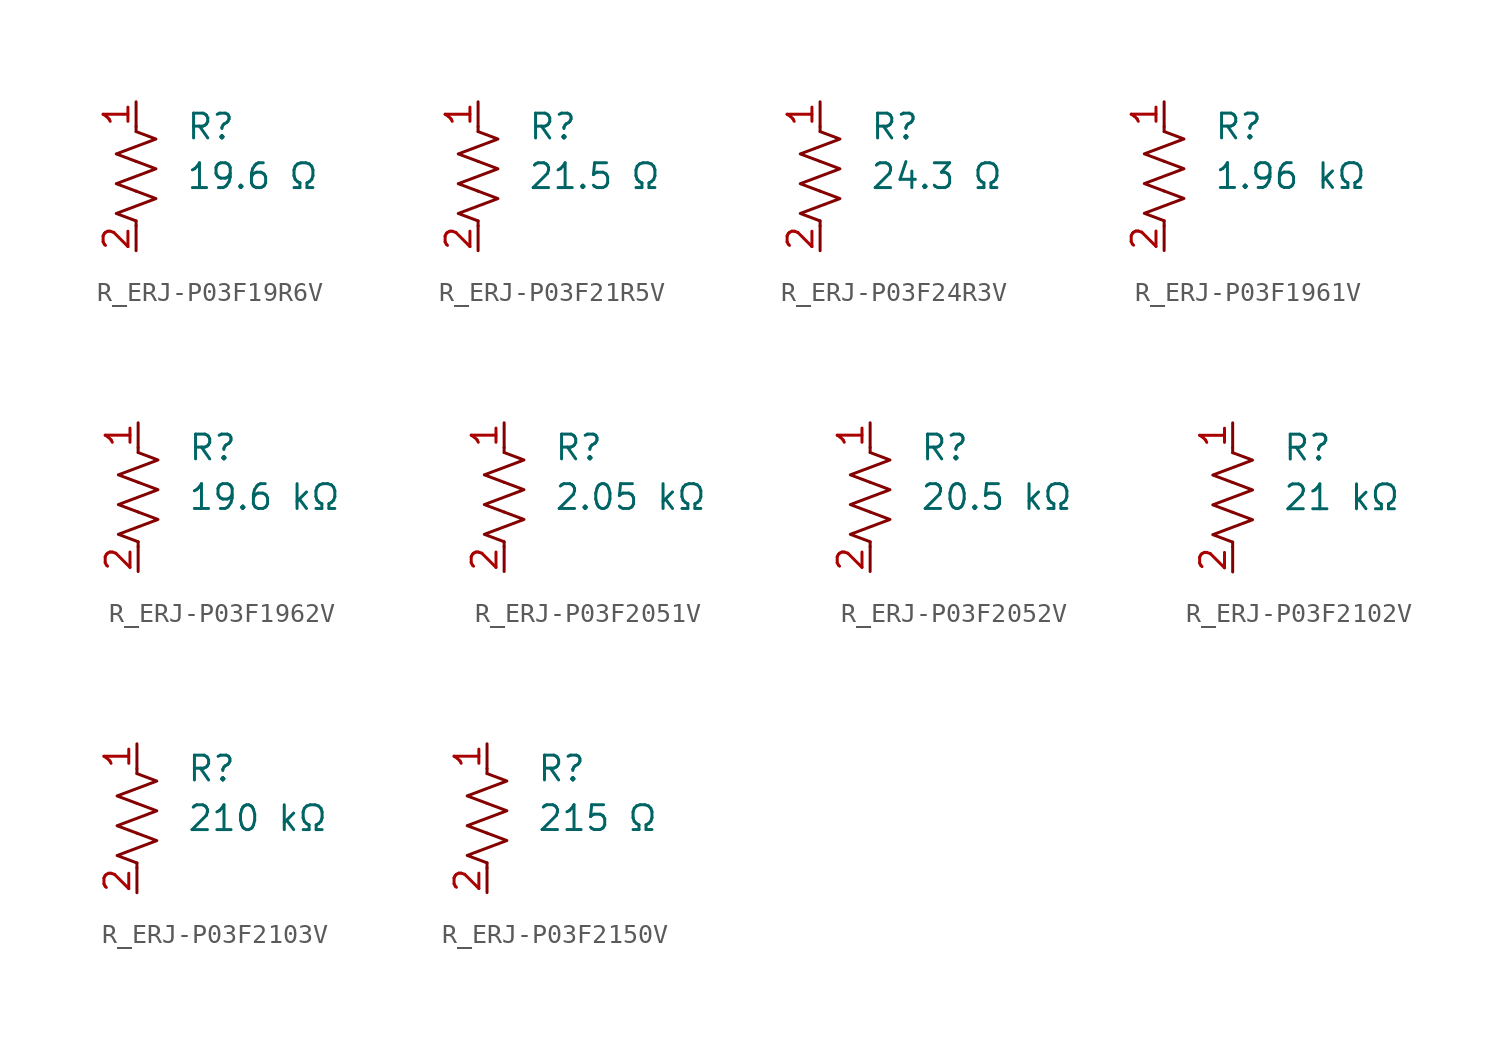
<source format=kicad_sym>
(kicad_symbol_lib
  (version 20231120)
  (generator "kicad_symbol_editor")
  (generator_version "8.0")
  (symbol "R_ERJ-P03F19R6V"
    (pin_names
      (offset 0.254))
    (property "Value" "19.6 Ω"
      (at 2.54 0 0)
      (effects (font (size 1.27 1.27)) (justify left)))
    (property "Reference" "R"
      (at 2.54 2.54 0)
      (effects (font (size 1.27 1.27)) (justify left)))
    (symbol "R_ERJ-P03F19R6V_0_1"
      (polyline (pts (xy 0 -2.286) (xy 0 -2.54)) (stroke (width 0) (type default)) (fill (type none)))
      (polyline (pts (xy 0 2.286) (xy 0 2.54)) (stroke (width 0) (type default)) (fill (type none)))
      (polyline (pts (xy 0 -0.762) (xy 1.016 -1.143) (xy 0 -1.524) (xy -1.016 -1.905) (xy 0 -2.286)) (stroke (width 0) (type default)) (fill (type none)))
      (polyline (pts (xy 0 0.762) (xy 1.016 0.381) (xy 0 0) (xy -1.016 -0.381) (xy 0 -0.762)) (stroke (width 0) (type default)) (fill (type none)))
      (polyline (pts (xy 0 2.286) (xy 1.016 1.905) (xy 0 1.524) (xy -1.016 1.143) (xy 0 0.762)) (stroke (width 0) (type default)) (fill (type none))))
    (symbol "R_ERJ-P03F19R6V_1_1"
      (pin passive line (at 0 3.81 270) (length 1.27) (name "~" (effects (font (size 1.27 1.27)))) (number "1" (effects (font (size 1.27 1.27)))))
      (pin passive line (at 0 -3.81 90) (length 1.27) (name "~" (effects (font (size 1.27 1.27)))) (number "2" (effects (font (size 1.27 1.27)))))))
  (symbol "R_ERJ-P03F21R5V"
    (pin_names
      (offset 0.254))
    (property "Value" "21.5 Ω"
      (at 2.54 0 0)
      (effects (font (size 1.27 1.27)) (justify left)))
    (property "Reference" "R"
      (at 2.54 2.54 0)
      (effects (font (size 1.27 1.27)) (justify left)))
    (symbol "R_ERJ-P03F21R5V_0_1"
      (polyline (pts (xy 0 -2.286) (xy 0 -2.54)) (stroke (width 0) (type default)) (fill (type none)))
      (polyline (pts (xy 0 2.286) (xy 0 2.54)) (stroke (width 0) (type default)) (fill (type none)))
      (polyline (pts (xy 0 -0.762) (xy 1.016 -1.143) (xy 0 -1.524) (xy -1.016 -1.905) (xy 0 -2.286)) (stroke (width 0) (type default)) (fill (type none)))
      (polyline (pts (xy 0 0.762) (xy 1.016 0.381) (xy 0 0) (xy -1.016 -0.381) (xy 0 -0.762)) (stroke (width 0) (type default)) (fill (type none)))
      (polyline (pts (xy 0 2.286) (xy 1.016 1.905) (xy 0 1.524) (xy -1.016 1.143) (xy 0 0.762)) (stroke (width 0) (type default)) (fill (type none))))
    (symbol "R_ERJ-P03F21R5V_1_1"
      (pin passive line (at 0 3.81 270) (length 1.27) (name "~" (effects (font (size 1.27 1.27)))) (number "1" (effects (font (size 1.27 1.27)))))
      (pin passive line (at 0 -3.81 90) (length 1.27) (name "~" (effects (font (size 1.27 1.27)))) (number "2" (effects (font (size 1.27 1.27)))))))
  (symbol "R_ERJ-P03F24R3V"
    (pin_names
      (offset 0.254))
    (property "Value" "24.3 Ω"
      (at 2.54 0 0)
      (effects (font (size 1.27 1.27)) (justify left)))
    (property "Reference" "R"
      (at 2.54 2.54 0)
      (effects (font (size 1.27 1.27)) (justify left)))
    (symbol "R_ERJ-P03F24R3V_0_1"
      (polyline (pts (xy 0 -2.286) (xy 0 -2.54)) (stroke (width 0) (type default)) (fill (type none)))
      (polyline (pts (xy 0 2.286) (xy 0 2.54)) (stroke (width 0) (type default)) (fill (type none)))
      (polyline (pts (xy 0 -0.762) (xy 1.016 -1.143) (xy 0 -1.524) (xy -1.016 -1.905) (xy 0 -2.286)) (stroke (width 0) (type default)) (fill (type none)))
      (polyline (pts (xy 0 0.762) (xy 1.016 0.381) (xy 0 0) (xy -1.016 -0.381) (xy 0 -0.762)) (stroke (width 0) (type default)) (fill (type none)))
      (polyline (pts (xy 0 2.286) (xy 1.016 1.905) (xy 0 1.524) (xy -1.016 1.143) (xy 0 0.762)) (stroke (width 0) (type default)) (fill (type none))))
    (symbol "R_ERJ-P03F24R3V_1_1"
      (pin passive line (at 0 3.81 270) (length 1.27) (name "~" (effects (font (size 1.27 1.27)))) (number "1" (effects (font (size 1.27 1.27)))))
      (pin passive line (at 0 -3.81 90) (length 1.27) (name "~" (effects (font (size 1.27 1.27)))) (number "2" (effects (font (size 1.27 1.27)))))))
  (symbol "R_ERJ-P03F1961V"
    (pin_names
      (offset 0.254))
    (property "Value" "1.96 kΩ"
      (at 2.54 0 0)
      (effects (font (size 1.27 1.27)) (justify left)))
    (property "Reference" "R"
      (at 2.54 2.54 0)
      (effects (font (size 1.27 1.27)) (justify left)))
    (symbol "R_ERJ-P03F1961V_0_1"
      (polyline (pts (xy 0 -2.286) (xy 0 -2.54)) (stroke (width 0) (type default)) (fill (type none)))
      (polyline (pts (xy 0 2.286) (xy 0 2.54)) (stroke (width 0) (type default)) (fill (type none)))
      (polyline (pts (xy 0 -0.762) (xy 1.016 -1.143) (xy 0 -1.524) (xy -1.016 -1.905) (xy 0 -2.286)) (stroke (width 0) (type default)) (fill (type none)))
      (polyline (pts (xy 0 0.762) (xy 1.016 0.381) (xy 0 0) (xy -1.016 -0.381) (xy 0 -0.762)) (stroke (width 0) (type default)) (fill (type none)))
      (polyline (pts (xy 0 2.286) (xy 1.016 1.905) (xy 0 1.524) (xy -1.016 1.143) (xy 0 0.762)) (stroke (width 0) (type default)) (fill (type none))))
    (symbol "R_ERJ-P03F1961V_1_1"
      (pin passive line (at 0 3.81 270) (length 1.27) (name "~" (effects (font (size 1.27 1.27)))) (number "1" (effects (font (size 1.27 1.27)))))
      (pin passive line (at 0 -3.81 90) (length 1.27) (name "~" (effects (font (size 1.27 1.27)))) (number "2" (effects (font (size 1.27 1.27)))))))
  (symbol "R_ERJ-P03F1962V"
    (pin_names
      (offset 0.254))
    (property "Value" "19.6 kΩ"
      (at 2.54 0 0)
      (effects (font (size 1.27 1.27)) (justify left)))
    (property "Reference" "R"
      (at 2.54 2.54 0)
      (effects (font (size 1.27 1.27)) (justify left)))
    (symbol "R_ERJ-P03F1962V_0_1"
      (polyline (pts (xy 0 -2.286) (xy 0 -2.54)) (stroke (width 0) (type default)) (fill (type none)))
      (polyline (pts (xy 0 2.286) (xy 0 2.54)) (stroke (width 0) (type default)) (fill (type none)))
      (polyline (pts (xy 0 -0.762) (xy 1.016 -1.143) (xy 0 -1.524) (xy -1.016 -1.905) (xy 0 -2.286)) (stroke (width 0) (type default)) (fill (type none)))
      (polyline (pts (xy 0 0.762) (xy 1.016 0.381) (xy 0 0) (xy -1.016 -0.381) (xy 0 -0.762)) (stroke (width 0) (type default)) (fill (type none)))
      (polyline (pts (xy 0 2.286) (xy 1.016 1.905) (xy 0 1.524) (xy -1.016 1.143) (xy 0 0.762)) (stroke (width 0) (type default)) (fill (type none))))
    (symbol "R_ERJ-P03F1962V_1_1"
      (pin passive line (at 0 3.81 270) (length 1.27) (name "~" (effects (font (size 1.27 1.27)))) (number "1" (effects (font (size 1.27 1.27)))))
      (pin passive line (at 0 -3.81 90) (length 1.27) (name "~" (effects (font (size 1.27 1.27)))) (number "2" (effects (font (size 1.27 1.27)))))))
  (symbol "R_ERJ-P03F2051V"
    (pin_names
      (offset 0.254))
    (property "Value" "2.05 kΩ"
      (at 2.54 0 0)
      (effects (font (size 1.27 1.27)) (justify left)))
    (property "Reference" "R"
      (at 2.54 2.54 0)
      (effects (font (size 1.27 1.27)) (justify left)))
    (symbol "R_ERJ-P03F2051V_0_1"
      (polyline (pts (xy 0 -2.286) (xy 0 -2.54)) (stroke (width 0) (type default)) (fill (type none)))
      (polyline (pts (xy 0 2.286) (xy 0 2.54)) (stroke (width 0) (type default)) (fill (type none)))
      (polyline (pts (xy 0 -0.762) (xy 1.016 -1.143) (xy 0 -1.524) (xy -1.016 -1.905) (xy 0 -2.286)) (stroke (width 0) (type default)) (fill (type none)))
      (polyline (pts (xy 0 0.762) (xy 1.016 0.381) (xy 0 0) (xy -1.016 -0.381) (xy 0 -0.762)) (stroke (width 0) (type default)) (fill (type none)))
      (polyline (pts (xy 0 2.286) (xy 1.016 1.905) (xy 0 1.524) (xy -1.016 1.143) (xy 0 0.762)) (stroke (width 0) (type default)) (fill (type none))))
    (symbol "R_ERJ-P03F2051V_1_1"
      (pin passive line (at 0 3.81 270) (length 1.27) (name "~" (effects (font (size 1.27 1.27)))) (number "1" (effects (font (size 1.27 1.27)))))
      (pin passive line (at 0 -3.81 90) (length 1.27) (name "~" (effects (font (size 1.27 1.27)))) (number "2" (effects (font (size 1.27 1.27)))))))
  (symbol "R_ERJ-P03F2052V"
    (pin_names
      (offset 0.254))
    (property "Value" "20.5 kΩ"
      (at 2.54 0 0)
      (effects (font (size 1.27 1.27)) (justify left)))
    (property "Reference" "R"
      (at 2.54 2.54 0)
      (effects (font (size 1.27 1.27)) (justify left)))
    (symbol "R_ERJ-P03F2052V_0_1"
      (polyline (pts (xy 0 -2.286) (xy 0 -2.54)) (stroke (width 0) (type default)) (fill (type none)))
      (polyline (pts (xy 0 2.286) (xy 0 2.54)) (stroke (width 0) (type default)) (fill (type none)))
      (polyline (pts (xy 0 -0.762) (xy 1.016 -1.143) (xy 0 -1.524) (xy -1.016 -1.905) (xy 0 -2.286)) (stroke (width 0) (type default)) (fill (type none)))
      (polyline (pts (xy 0 0.762) (xy 1.016 0.381) (xy 0 0) (xy -1.016 -0.381) (xy 0 -0.762)) (stroke (width 0) (type default)) (fill (type none)))
      (polyline (pts (xy 0 2.286) (xy 1.016 1.905) (xy 0 1.524) (xy -1.016 1.143) (xy 0 0.762)) (stroke (width 0) (type default)) (fill (type none))))
    (symbol "R_ERJ-P03F2052V_1_1"
      (pin passive line (at 0 3.81 270) (length 1.27) (name "~" (effects (font (size 1.27 1.27)))) (number "1" (effects (font (size 1.27 1.27)))))
      (pin passive line (at 0 -3.81 90) (length 1.27) (name "~" (effects (font (size 1.27 1.27)))) (number "2" (effects (font (size 1.27 1.27)))))))
  (symbol "R_ERJ-P03F2102V"
    (pin_names
      (offset 0.254))
    (property "Value" "21 kΩ"
      (at 2.54 0 0)
      (effects (font (size 1.27 1.27)) (justify left)))
    (property "Reference" "R"
      (at 2.54 2.54 0)
      (effects (font (size 1.27 1.27)) (justify left)))
    (symbol "R_ERJ-P03F2102V_0_1"
      (polyline (pts (xy 0 -2.286) (xy 0 -2.54)) (stroke (width 0) (type default)) (fill (type none)))
      (polyline (pts (xy 0 2.286) (xy 0 2.54)) (stroke (width 0) (type default)) (fill (type none)))
      (polyline (pts (xy 0 -0.762) (xy 1.016 -1.143) (xy 0 -1.524) (xy -1.016 -1.905) (xy 0 -2.286)) (stroke (width 0) (type default)) (fill (type none)))
      (polyline (pts (xy 0 0.762) (xy 1.016 0.381) (xy 0 0) (xy -1.016 -0.381) (xy 0 -0.762)) (stroke (width 0) (type default)) (fill (type none)))
      (polyline (pts (xy 0 2.286) (xy 1.016 1.905) (xy 0 1.524) (xy -1.016 1.143) (xy 0 0.762)) (stroke (width 0) (type default)) (fill (type none))))
    (symbol "R_ERJ-P03F2102V_1_1"
      (pin passive line (at 0 3.81 270) (length 1.27) (name "~" (effects (font (size 1.27 1.27)))) (number "1" (effects (font (size 1.27 1.27)))))
      (pin passive line (at 0 -3.81 90) (length 1.27) (name "~" (effects (font (size 1.27 1.27)))) (number "2" (effects (font (size 1.27 1.27)))))))
  (symbol "R_ERJ-P03F2103V"
    (pin_names
      (offset 0.254))
    (property "Value" "210 kΩ"
      (at 2.54 0 0)
      (effects (font (size 1.27 1.27)) (justify left)))
    (property "Reference" "R"
      (at 2.54 2.54 0)
      (effects (font (size 1.27 1.27)) (justify left)))
    (symbol "R_ERJ-P03F2103V_0_1"
      (polyline (pts (xy 0 -2.286) (xy 0 -2.54)) (stroke (width 0) (type default)) (fill (type none)))
      (polyline (pts (xy 0 2.286) (xy 0 2.54)) (stroke (width 0) (type default)) (fill (type none)))
      (polyline (pts (xy 0 -0.762) (xy 1.016 -1.143) (xy 0 -1.524) (xy -1.016 -1.905) (xy 0 -2.286)) (stroke (width 0) (type default)) (fill (type none)))
      (polyline (pts (xy 0 0.762) (xy 1.016 0.381) (xy 0 0) (xy -1.016 -0.381) (xy 0 -0.762)) (stroke (width 0) (type default)) (fill (type none)))
      (polyline (pts (xy 0 2.286) (xy 1.016 1.905) (xy 0 1.524) (xy -1.016 1.143) (xy 0 0.762)) (stroke (width 0) (type default)) (fill (type none))))
    (symbol "R_ERJ-P03F2103V_1_1"
      (pin passive line (at 0 3.81 270) (length 1.27) (name "~" (effects (font (size 1.27 1.27)))) (number "1" (effects (font (size 1.27 1.27)))))
      (pin passive line (at 0 -3.81 90) (length 1.27) (name "~" (effects (font (size 1.27 1.27)))) (number "2" (effects (font (size 1.27 1.27)))))))
  (symbol "R_ERJ-P03F2150V"
    (pin_names
      (offset 0.254))
    (property "Value" "215 Ω"
      (at 2.54 0 0)
      (effects (font (size 1.27 1.27)) (justify left)))
    (property "Reference" "R"
      (at 2.54 2.54 0)
      (effects (font (size 1.27 1.27)) (justify left)))
    (symbol "R_ERJ-P03F2150V_0_1"
      (polyline (pts (xy 0 -2.286) (xy 0 -2.54)) (stroke (width 0) (type default)) (fill (type none)))
      (polyline (pts (xy 0 2.286) (xy 0 2.54)) (stroke (width 0) (type default)) (fill (type none)))
      (polyline (pts (xy 0 -0.762) (xy 1.016 -1.143) (xy 0 -1.524) (xy -1.016 -1.905) (xy 0 -2.286)) (stroke (width 0) (type default)) (fill (type none)))
      (polyline (pts (xy 0 0.762) (xy 1.016 0.381) (xy 0 0) (xy -1.016 -0.381) (xy 0 -0.762)) (stroke (width 0) (type default)) (fill (type none)))
      (polyline (pts (xy 0 2.286) (xy 1.016 1.905) (xy 0 1.524) (xy -1.016 1.143) (xy 0 0.762)) (stroke (width 0) (type default)) (fill (type none))))
    (symbol "R_ERJ-P03F2150V_1_1"
      (pin passive line (at 0 3.81 270) (length 1.27) (name "~" (effects (font (size 1.27 1.27)))) (number "1" (effects (font (size 1.27 1.27)))))
      (pin passive line (at 0 -3.81 90) (length 1.27) (name "~" (effects (font (size 1.27 1.27)))) (number "2" (effects (font (size 1.27 1.27))))))))
</source>
